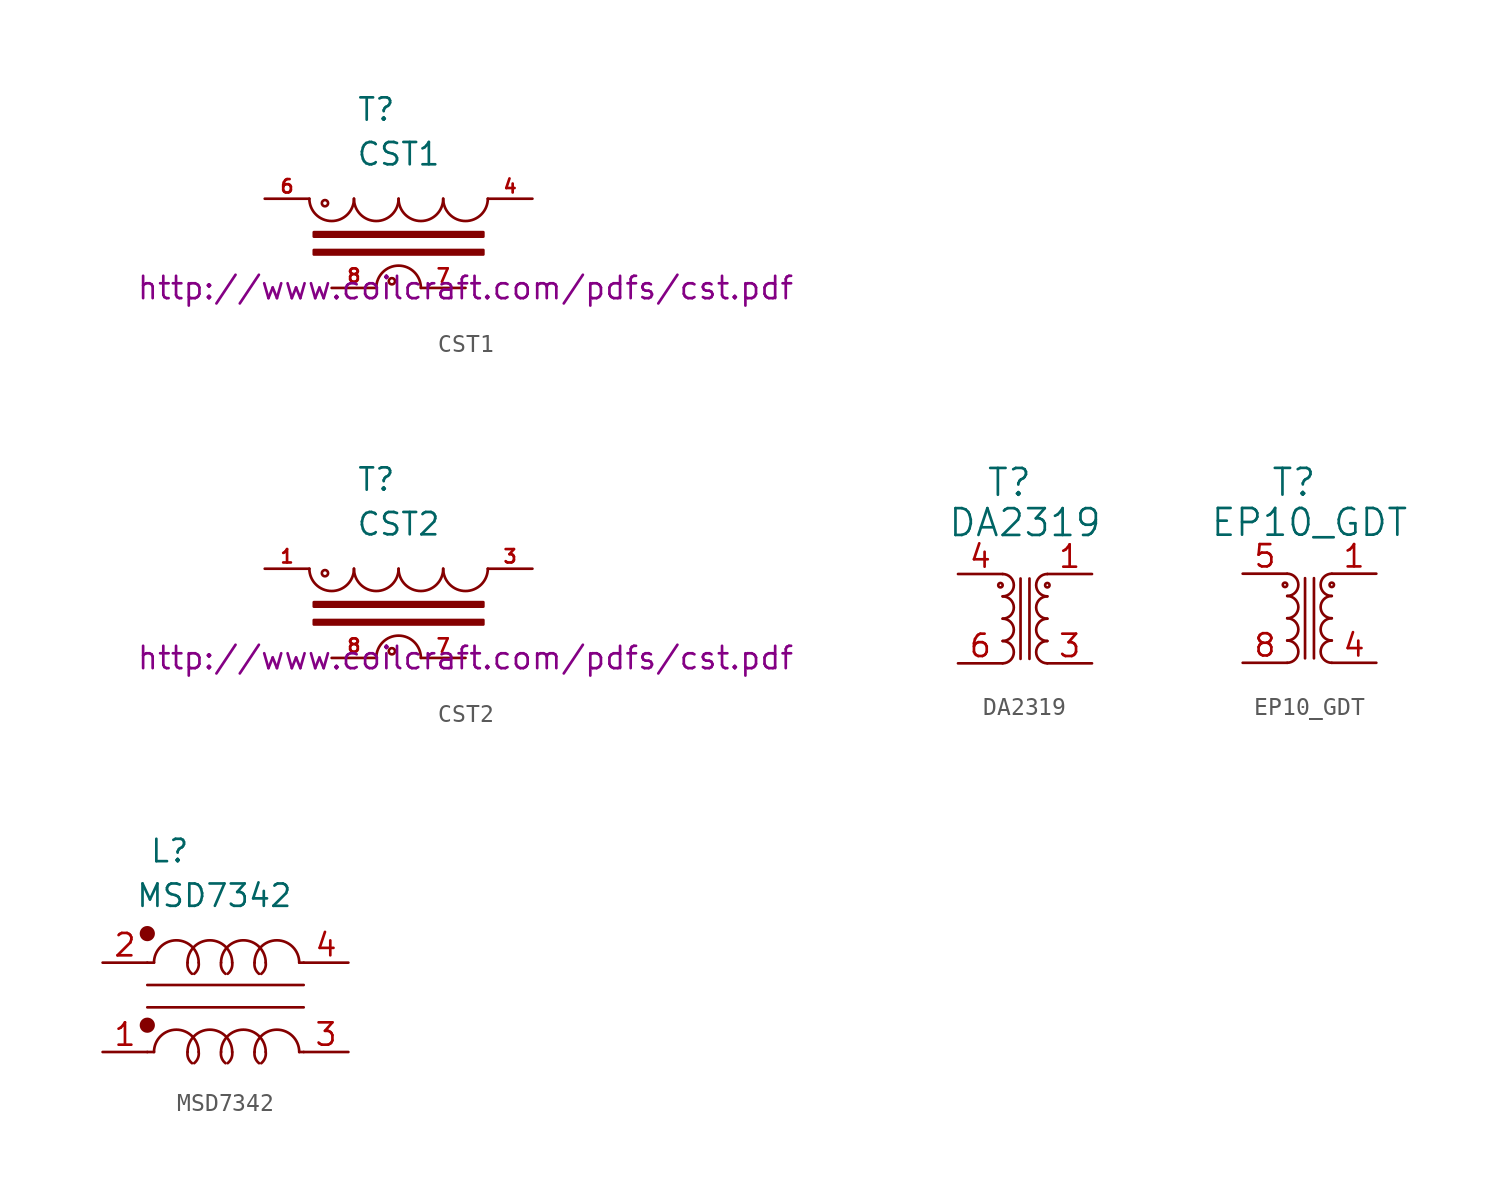
<source format=kicad_sym>
(kicad_symbol_lib
  (version 20211014)
  (generator kicad_symbol_editor)
  (symbol "CST1"
    (pin_names
      (offset 0) hide)
    (property "Reference" "T"
      (at -1.27 7.62 0)
      (effects (font (size 1.27 1.27))))
    (property "Value" "CST1"
      (at 0 5.08 0)
      (effects (font (size 1.27 1.27))))
    (property "Footprint" ""
      (at 3.81 -2.54 0)
      (effects (font (size 1.27 1.27))))
    (property "Datasheet" "http://www.coilcraft.com/pdfs/cst.pdf"
      (at 3.81 -2.54 0)
      (effects (font (size 1.27 1.27))))
    (symbol "CST1_0_1"
      (arc (start -5.08 2.54) (mid -3.81 1.27) (end -2.54 2.54) (stroke (width 0) (type default) (color 0 0 0 0)) (fill (type none)))
      (rectangle (start -4.826 -0.635) (end 4.826 -0.381) (stroke (width 0) (type default) (color 0 0 0 0)) (fill (type outline)))
      (rectangle (start -4.826 0.381) (end 4.826 0.635) (stroke (width 0) (type default) (color 0 0 0 0)) (fill (type outline)))
      (circle (center -4.191 2.286) (radius 0.178) (stroke (width 0) (type default) (color 0 0 0 0)) (fill (type none)))
      (arc (start -2.54 2.54) (mid -1.27 1.27) (end 0 2.54) (stroke (width 0) (type default) (color 0 0 0 0)) (fill (type none)))
      (circle (center -0.381 -2.159) (radius 0.178) (stroke (width 0) (type default) (color 0 0 0 0)) (fill (type none)))
      (arc (start 0 2.54) (mid 1.27 1.27) (end 2.54 2.54) (stroke (width 0) (type default) (color 0 0 0 0)) (fill (type none)))
      (arc (start 1.27 -2.54) (mid 0 -1.27) (end -1.27 -2.54) (stroke (width 0) (type default) (color 0 0 0 0)) (fill (type none)))
      (arc (start 2.54 2.54) (mid 3.81 1.27) (end 5.08 2.54) (stroke (width 0) (type default) (color 0 0 0 0)) (fill (type none))))
    (symbol "CST1_1_1"
      (pin input line (at 7.62 2.54 180) (length 2.54) (name "S2" (effects (font (size 0.762 0.762)))) (number "4" (effects (font (size 0.762 0.762)))))
      (pin input line (at -7.62 2.54 0) (length 2.54) (name "S1" (effects (font (size 0.762 0.762)))) (number "6" (effects (font (size 0.762 0.762)))))
      (pin input line (at 3.81 -2.54 180) (length 2.54) (name "P2" (effects (font (size 0.762 0.762)))) (number "7" (effects (font (size 0.762 0.762)))))
      (pin input line (at -3.81 -2.54 0) (length 2.54) (name "P1" (effects (font (size 0.762 0.762)))) (number "8" (effects (font (size 0.762 0.762)))))))
  (symbol "CST2"
    (pin_names
      (offset 0) hide)
    (property "Reference" "T"
      (at -1.27 7.62 0)
      (effects (font (size 1.27 1.27))))
    (property "Value" "CST2"
      (at 0 5.08 0)
      (effects (font (size 1.27 1.27))))
    (property "Footprint" ""
      (at 3.81 -2.54 0)
      (effects (font (size 1.27 1.27))))
    (property "Datasheet" "http://www.coilcraft.com/pdfs/cst.pdf"
      (at 3.81 -2.54 0)
      (effects (font (size 1.27 1.27))))
    (symbol "CST2_0_1"
      (arc (start -5.08 2.54) (mid -3.81 1.27) (end -2.54 2.54) (stroke (width 0) (type default) (color 0 0 0 0)) (fill (type none)))
      (rectangle (start -4.826 -0.635) (end 4.826 -0.381) (stroke (width 0) (type default) (color 0 0 0 0)) (fill (type outline)))
      (rectangle (start -4.826 0.381) (end 4.826 0.635) (stroke (width 0) (type default) (color 0 0 0 0)) (fill (type outline)))
      (circle (center -4.191 2.286) (radius 0.178) (stroke (width 0) (type default) (color 0 0 0 0)) (fill (type none)))
      (arc (start -2.54 2.54) (mid -1.27 1.27) (end 0 2.54) (stroke (width 0) (type default) (color 0 0 0 0)) (fill (type none)))
      (circle (center -0.381 -2.159) (radius 0.178) (stroke (width 0) (type default) (color 0 0 0 0)) (fill (type none)))
      (arc (start 0 2.54) (mid 1.27 1.27) (end 2.54 2.54) (stroke (width 0) (type default) (color 0 0 0 0)) (fill (type none)))
      (arc (start 1.27 -2.54) (mid 0 -1.27) (end -1.27 -2.54) (stroke (width 0) (type default) (color 0 0 0 0)) (fill (type none)))
      (arc (start 2.54 2.54) (mid 3.81 1.27) (end 5.08 2.54) (stroke (width 0) (type default) (color 0 0 0 0)) (fill (type none))))
    (symbol "CST2_1_1"
      (pin input line (at -7.62 2.54 0) (length 2.54) (name "S1" (effects (font (size 0.762 0.762)))) (number "1" (effects (font (size 0.762 0.762)))))
      (pin input line (at 7.62 2.54 180) (length 2.54) (name "S2" (effects (font (size 0.762 0.762)))) (number "3" (effects (font (size 0.762 0.762)))))
      (pin input line (at 3.81 -2.54 180) (length 2.54) (name "P2" (effects (font (size 0.762 0.762)))) (number "7" (effects (font (size 0.762 0.762)))))
      (pin input line (at -3.81 -2.54 0) (length 2.54) (name "P1" (effects (font (size 0.762 0.762)))) (number "8" (effects (font (size 0.762 0.762)))))))
  (symbol "DA2319"
    (pin_names
      (offset 1.016) hide)
    (property "Reference" "T"
      (at -0.889 7.747 0)
      (effects (font (size 1.524 1.524))))
    (property "Value" "DA2319"
      (at 0 5.461 0)
      (effects (font (size 1.524 1.524))))
    (property "Footprint" ""
      (at 0 6.35 0)
      (effects (font (size 1.524 1.524))))
    (property "Datasheet" ""
      (at 0 6.35 0)
      (effects (font (size 1.524 1.524))))
    (symbol "DA2319_0_1"
      (circle (center -1.397 1.905) (radius 0.127) (stroke (width 0) (type default) (color 0 0 0 0)) (fill (type none)))
      (arc (start -1.27 -2.54) (mid -0.635 -1.905) (end -1.27 -1.27) (stroke (width 0) (type default) (color 0 0 0 0)) (fill (type none)))
      (arc (start -1.27 -1.27) (mid -0.635 -0.635) (end -1.27 0) (stroke (width 0) (type default) (color 0 0 0 0)) (fill (type none)))
      (arc (start -1.27 0) (mid -0.635 0.635) (end -1.27 1.27) (stroke (width 0) (type default) (color 0 0 0 0)) (fill (type none)))
      (arc (start -1.27 1.27) (mid -0.635 1.905) (end -1.27 2.54) (stroke (width 0) (type default) (color 0 0 0 0)) (fill (type none)))
      (polyline (pts (xy -0.254 2.286) (xy -0.254 -2.286)) (stroke (width 0) (type default) (color 0 0 0 0)) (fill (type none)))
      (polyline (pts (xy 0.254 -2.286) (xy 0.254 2.286)) (stroke (width 0) (type default) (color 0 0 0 0)) (fill (type none)))
      (arc (start 1.27 -1.27) (mid 0.635 -1.905) (end 1.27 -2.54) (stroke (width 0) (type default) (color 0 0 0 0)) (fill (type none)))
      (arc (start 1.27 0) (mid 0.635 -0.635) (end 1.27 -1.27) (stroke (width 0) (type default) (color 0 0 0 0)) (fill (type none)))
      (arc (start 1.27 1.27) (mid 0.635 0.635) (end 1.27 0) (stroke (width 0) (type default) (color 0 0 0 0)) (fill (type none)))
      (circle (center 1.27 1.905) (radius 0.127) (stroke (width 0) (type default) (color 0 0 0 0)) (fill (type none)))
      (arc (start 1.27 2.54) (mid 0.635 1.905) (end 1.27 1.27) (stroke (width 0) (type default) (color 0 0 0 0)) (fill (type none))))
    (symbol "DA2319_1_1"
      (pin input line (at 3.81 2.54 180) (length 2.54) (name "S1" (effects (font (size 1.27 1.27)))) (number "1" (effects (font (size 1.27 1.27)))))
      (pin input line (at 3.81 -2.54 180) (length 2.54) (name "S2" (effects (font (size 1.27 1.27)))) (number "3" (effects (font (size 1.27 1.27)))))
      (pin input line (at -3.81 2.54 0) (length 2.54) (name "P1" (effects (font (size 1.27 1.27)))) (number "4" (effects (font (size 1.27 1.27)))))
      (pin input line (at -3.81 -2.54 0) (length 2.54) (name "P2" (effects (font (size 1.27 1.27)))) (number "6" (effects (font (size 1.27 1.27)))))))
  (symbol "EP10_GDT"
    (pin_names
      (offset 1.016) hide)
    (property "Reference" "T"
      (at -0.889 7.747 0)
      (effects (font (size 1.524 1.524))))
    (property "Value" "EP10_GDT"
      (at 0 5.461 0)
      (effects (font (size 1.524 1.524))))
    (property "Footprint" ""
      (at 0 6.35 0)
      (effects (font (size 1.524 1.524))))
    (property "Datasheet" ""
      (at 0 6.35 0)
      (effects (font (size 1.524 1.524))))
    (symbol "EP10_GDT_0_1"
      (circle (center -1.397 1.905) (radius 0.127) (stroke (width 0) (type default) (color 0 0 0 0)) (fill (type none)))
      (arc (start -1.27 -2.54) (mid -0.635 -1.905) (end -1.27 -1.27) (stroke (width 0) (type default) (color 0 0 0 0)) (fill (type none)))
      (arc (start -1.27 -1.27) (mid -0.635 -0.635) (end -1.27 0) (stroke (width 0) (type default) (color 0 0 0 0)) (fill (type none)))
      (arc (start -1.27 0) (mid -0.635 0.635) (end -1.27 1.27) (stroke (width 0) (type default) (color 0 0 0 0)) (fill (type none)))
      (arc (start -1.27 1.27) (mid -0.635 1.905) (end -1.27 2.54) (stroke (width 0) (type default) (color 0 0 0 0)) (fill (type none)))
      (polyline (pts (xy -0.254 2.286) (xy -0.254 -2.286)) (stroke (width 0) (type default) (color 0 0 0 0)) (fill (type none)))
      (polyline (pts (xy 0.254 -2.286) (xy 0.254 2.286)) (stroke (width 0) (type default) (color 0 0 0 0)) (fill (type none)))
      (arc (start 1.27 -1.27) (mid 0.635 -1.905) (end 1.27 -2.54) (stroke (width 0) (type default) (color 0 0 0 0)) (fill (type none)))
      (arc (start 1.27 0) (mid 0.635 -0.635) (end 1.27 -1.27) (stroke (width 0) (type default) (color 0 0 0 0)) (fill (type none)))
      (arc (start 1.27 1.27) (mid 0.635 0.635) (end 1.27 0) (stroke (width 0) (type default) (color 0 0 0 0)) (fill (type none)))
      (circle (center 1.27 1.905) (radius 0.127) (stroke (width 0) (type default) (color 0 0 0 0)) (fill (type none)))
      (arc (start 1.27 2.54) (mid 0.635 1.905) (end 1.27 1.27) (stroke (width 0) (type default) (color 0 0 0 0)) (fill (type none))))
    (symbol "EP10_GDT_1_1"
      (pin input line (at 3.81 2.54 180) (length 2.54) (name "S1" (effects (font (size 1.27 1.27)))) (number "1" (effects (font (size 1.27 1.27)))))
      (pin input line (at 3.81 1.27 180) (length 2.54) hide (name "~" (effects (font (size 1.27 1.27)))) (number "2" (effects (font (size 1.27 1.27)))))
      (pin input line (at 3.81 0 180) (length 2.54) hide (name "~" (effects (font (size 1.27 1.27)))) (number "3" (effects (font (size 1.27 1.27)))))
      (pin input line (at 3.81 -2.54 180) (length 2.54) (name "S2" (effects (font (size 1.27 1.27)))) (number "4" (effects (font (size 1.27 1.27)))))
      (pin input line (at -3.81 2.54 0) (length 2.54) (name "P1" (effects (font (size 1.27 1.27)))) (number "5" (effects (font (size 1.27 1.27)))))
      (pin input line (at -3.81 1.27 0) (length 2.54) hide (name "~" (effects (font (size 1.27 1.27)))) (number "6" (effects (font (size 1.27 1.27)))))
      (pin input line (at -3.81 0 0) (length 2.54) hide (name "~" (effects (font (size 1.27 1.27)))) (number "7" (effects (font (size 1.27 1.27)))))
      (pin input line (at -3.81 -2.54 0) (length 2.54) (name "P2" (effects (font (size 1.27 1.27)))) (number "8" (effects (font (size 1.27 1.27)))))))
  (symbol "MSD7342"
    (pin_names
      (offset 1.016) hide)
    (property "Reference" "L"
      (at -2.54 8.89 0)
      (effects (font (size 1.27 1.27))))
    (property "Value" "MSD7342"
      (at 0 6.35 0)
      (effects (font (size 1.27 1.27))))
    (symbol "MSD7342_0_1"
      (circle (center -3.81 -1.016) (radius 0.356) (stroke (width 0) (type default) (color 0 0 0 0)) (fill (type outline)))
      (circle (center -3.81 4.191) (radius 0.356) (stroke (width 0) (type default) (color 0 0 0 0)) (fill (type outline)))
      (polyline (pts (xy -3.81 0) (xy 5.08 0)) (stroke (width 0) (type default) (color 0 0 0 0)) (fill (type none)))
      (polyline (pts (xy -3.81 1.27) (xy 5.08 1.27)) (stroke (width 0) (type default) (color 0 0 0 0)) (fill (type none))))
    (symbol "MSD7342_1_1"
      (arc (start -1.524 -2.54) (mid -1.4832 -2.8916) (end -1.27 -3.175) (stroke (width 0) (type default) (color 0 0 0 0)) (fill (type none)))
      (arc (start -1.524 2.54) (mid -1.4832 2.1884) (end -1.27 1.905) (stroke (width 0) (type default) (color 0 0 0 0)) (fill (type none)))
      (arc (start -1.143 -3.175) (mid -0.9322 -2.8901) (end -0.889 -2.54) (stroke (width 0) (type default) (color 0 0 0 0)) (fill (type none)))
      (arc (start -1.143 1.905) (mid -0.9322 2.1899) (end -0.889 2.54) (stroke (width 0) (type default) (color 0 0 0 0)) (fill (type none)))
      (arc (start -0.889 -2.54) (mid -2.159 -1.27) (end -3.429 -2.54) (stroke (width 0) (type default) (color 0 0 0 0)) (fill (type none)))
      (arc (start -0.889 2.54) (mid -2.159 3.81) (end -3.429 2.54) (stroke (width 0) (type default) (color 0 0 0 0)) (fill (type none)))
      (polyline (pts (xy -3.429 -2.54) (xy -3.81 -2.54)) (stroke (width 0) (type default) (color 0 0 0 0)) (fill (type none)))
      (polyline (pts (xy -3.429 2.54) (xy -3.81 2.54)) (stroke (width 0) (type default) (color 0 0 0 0)) (fill (type none)))
      (polyline (pts (xy 4.826 -2.54) (xy 5.08 -2.54)) (stroke (width 0) (type default) (color 0 0 0 0)) (fill (type none)))
      (polyline (pts (xy 4.826 2.54) (xy 5.08 2.54)) (stroke (width 0) (type default) (color 0 0 0 0)) (fill (type none)))
      (arc (start 0.381 -2.54) (mid 0.4218 -2.8916) (end 0.635 -3.175) (stroke (width 0) (type default) (color 0 0 0 0)) (fill (type none)))
      (arc (start 0.381 2.54) (mid 0.4218 2.1884) (end 0.635 1.905) (stroke (width 0) (type default) (color 0 0 0 0)) (fill (type none)))
      (arc (start 0.762 -3.175) (mid 0.9728 -2.8901) (end 1.016 -2.54) (stroke (width 0) (type default) (color 0 0 0 0)) (fill (type none)))
      (arc (start 0.762 1.905) (mid 0.9728 2.1899) (end 1.016 2.54) (stroke (width 0) (type default) (color 0 0 0 0)) (fill (type none)))
      (arc (start 1.016 -2.54) (mid -0.254 -1.27) (end -1.524 -2.54) (stroke (width 0) (type default) (color 0 0 0 0)) (fill (type none)))
      (arc (start 1.016 2.54) (mid -0.254 3.81) (end -1.524 2.54) (stroke (width 0) (type default) (color 0 0 0 0)) (fill (type none)))
      (arc (start 2.286 -2.54) (mid 2.3268 -2.8916) (end 2.54 -3.175) (stroke (width 0) (type default) (color 0 0 0 0)) (fill (type none)))
      (arc (start 2.286 2.54) (mid 2.3268 2.1884) (end 2.54 1.905) (stroke (width 0) (type default) (color 0 0 0 0)) (fill (type none)))
      (arc (start 2.667 -3.175) (mid 2.8778 -2.8901) (end 2.921 -2.54) (stroke (width 0) (type default) (color 0 0 0 0)) (fill (type none)))
      (arc (start 2.667 1.905) (mid 2.8778 2.1899) (end 2.921 2.54) (stroke (width 0) (type default) (color 0 0 0 0)) (fill (type none)))
      (arc (start 2.921 -2.54) (mid 1.651 -1.27) (end 0.381 -2.54) (stroke (width 0) (type default) (color 0 0 0 0)) (fill (type none)))
      (arc (start 2.921 2.54) (mid 1.651 3.81) (end 0.381 2.54) (stroke (width 0) (type default) (color 0 0 0 0)) (fill (type none)))
      (arc (start 4.826 -2.54) (mid 3.556 -1.27) (end 2.286 -2.54) (stroke (width 0) (type default) (color 0 0 0 0)) (fill (type none)))
      (arc (start 4.826 2.54) (mid 3.556 3.81) (end 2.286 2.54) (stroke (width 0) (type default) (color 0 0 0 0)) (fill (type none)))
      (pin input line (at -6.35 -2.54 0) (length 2.54) (name "1" (effects (font (size 1.27 1.27)))) (number "1" (effects (font (size 1.27 1.27)))))
      (pin input line (at -6.35 2.54 0) (length 2.54) (name "2" (effects (font (size 1.27 1.27)))) (number "2" (effects (font (size 1.27 1.27)))))
      (pin input line (at 7.62 -2.54 180) (length 2.54) (name "3" (effects (font (size 1.27 1.27)))) (number "3" (effects (font (size 1.27 1.27)))))
      (pin input line (at 7.62 2.54 180) (length 2.54) (name "4" (effects (font (size 1.27 1.27)))) (number "4" (effects (font (size 1.27 1.27))))))))
</source>
